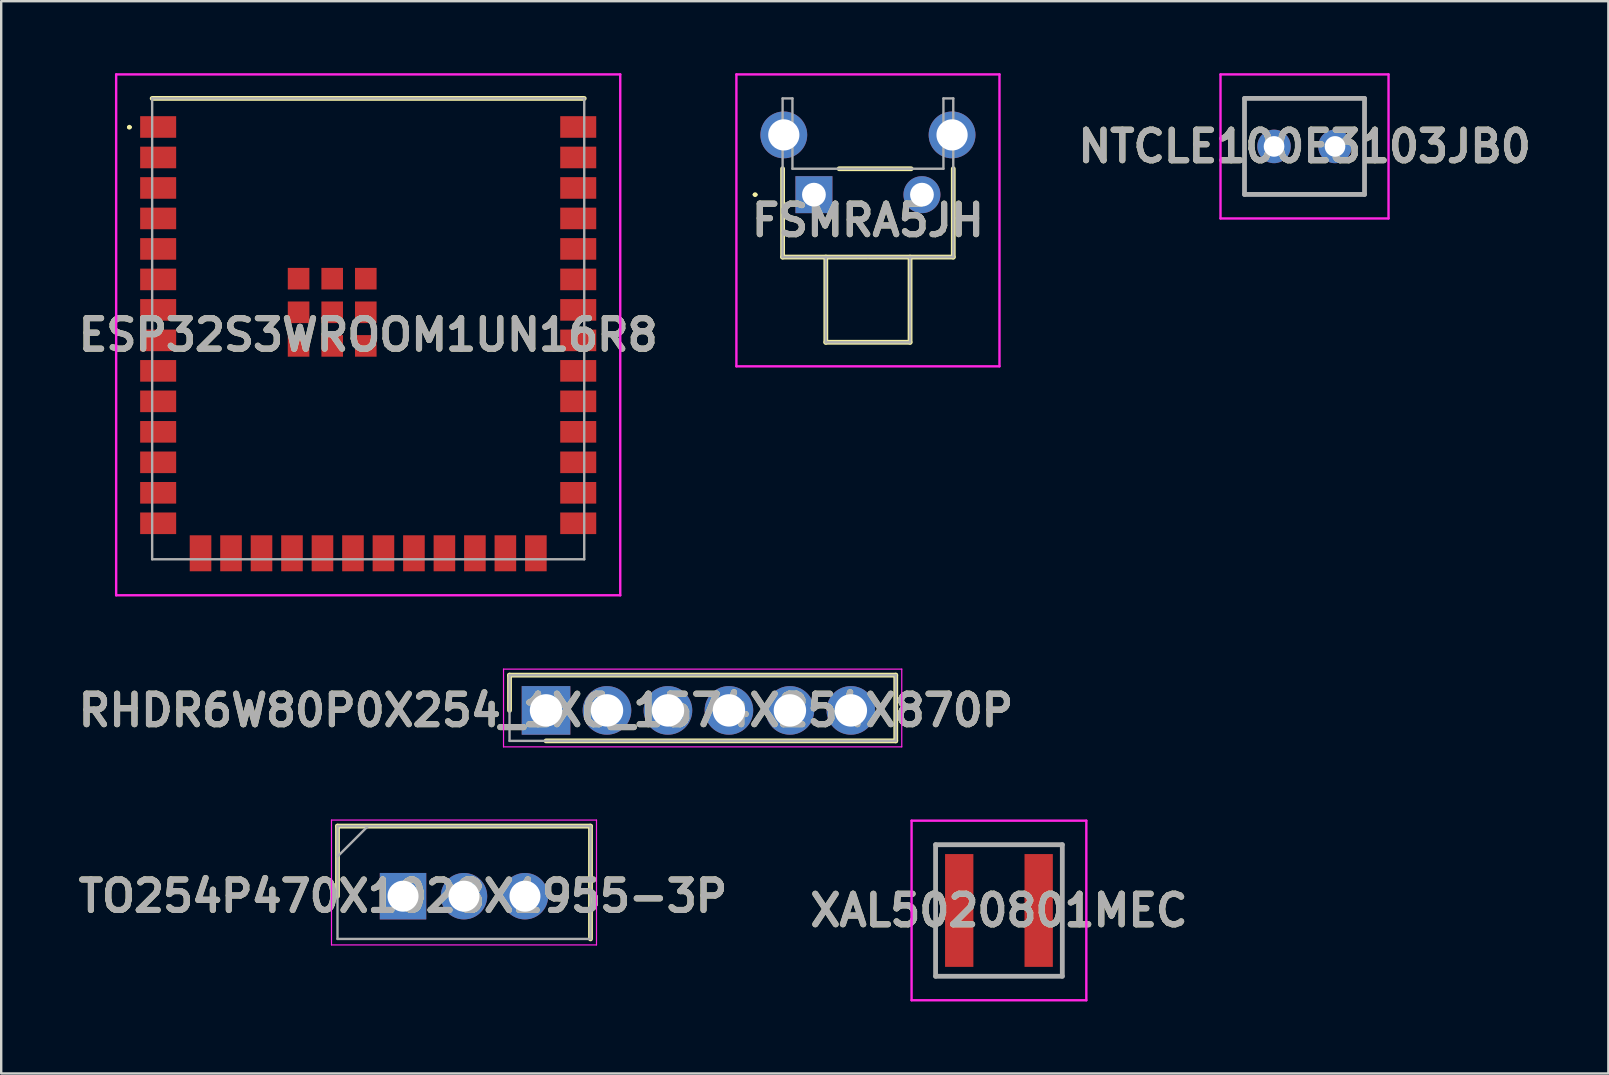
<source format=kicad_pcb>
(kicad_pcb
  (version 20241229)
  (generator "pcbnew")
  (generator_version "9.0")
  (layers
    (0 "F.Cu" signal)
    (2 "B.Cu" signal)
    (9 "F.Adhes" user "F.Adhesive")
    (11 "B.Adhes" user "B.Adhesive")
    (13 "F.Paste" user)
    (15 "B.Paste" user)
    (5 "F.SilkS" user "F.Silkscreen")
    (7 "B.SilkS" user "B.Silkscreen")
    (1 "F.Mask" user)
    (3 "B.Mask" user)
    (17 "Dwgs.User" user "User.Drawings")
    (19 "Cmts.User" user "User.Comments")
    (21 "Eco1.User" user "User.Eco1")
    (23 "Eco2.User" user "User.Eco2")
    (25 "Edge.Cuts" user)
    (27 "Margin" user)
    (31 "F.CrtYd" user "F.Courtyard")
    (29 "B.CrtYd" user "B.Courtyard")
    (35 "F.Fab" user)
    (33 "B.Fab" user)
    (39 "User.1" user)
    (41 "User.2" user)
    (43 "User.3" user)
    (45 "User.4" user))
  (footprint "FSMRA5JH"
    (layer "F.Cu")
    (at 30.858 5.06)
    (property "Reference" "FSMRA5JH" (at 2.25 1.07 0) (layer "F.SilkS") (effects (font (size 1.27 1.27) (thickness 0.254))))
    (attr through_hole)
    (fp_line (start -2.5 0) (end -2.5 0) (stroke (width 0.1) (type solid)) (layer "F.SilkS"))
    (fp_line (start -2.4 0) (end -2.4 0) (stroke (width 0.1) (type solid)) (layer "F.SilkS"))
    (fp_line (start -1.305 -1.08) (end -1.305 2.6) (stroke (width 0.2) (type solid)) (layer "F.SilkS"))
    (fp_line (start -1.305 2.6) (end 5.805 2.6) (stroke (width 0.2) (type solid)) (layer "F.SilkS"))
    (fp_line (start 0.495 2.6) (end 0.495 6.15) (stroke (width 0.2) (type solid)) (layer "F.SilkS"))
    (fp_line (start 0.495 6.15) (end 4.005 6.15) (stroke (width 0.2) (type solid)) (layer "F.SilkS"))
    (fp_line (start 1.05 -1.08) (end 4.05 -1.08) (stroke (width 0.2) (type solid)) (layer "F.SilkS"))
    (fp_line (start 4.005 6.15) (end 4.005 2.6) (stroke (width 0.2) (type solid)) (layer "F.SilkS"))
    (fp_line (start 5.805 2.6) (end 5.805 -1.08) (stroke (width 0.2) (type solid)) (layer "F.SilkS"))
    (fp_arc (start -2.5 0) (mid -2.45 -0.05) (end -2.4 0) (stroke (width 0.1) (type solid)) (layer "F.SilkS"))
    (fp_arc (start -2.4 0) (mid -2.45 0.05) (end -2.5 0) (stroke (width 0.1) (type solid)) (layer "F.SilkS"))
    (fp_line (start -3.23 -5.01) (end 7.73 -5.01) (stroke (width 0.1) (type solid)) (layer "F.CrtYd"))
    (fp_line (start -3.23 7.15) (end -3.23 -5.01) (stroke (width 0.1) (type solid)) (layer "F.CrtYd"))
    (fp_line (start 7.73 -5.01) (end 7.73 7.15) (stroke (width 0.1) (type solid)) (layer "F.CrtYd"))
    (fp_line (start 7.73 7.15) (end -3.23 7.15) (stroke (width 0.1) (type solid)) (layer "F.CrtYd"))
    (fp_line (start -1.305 -4.01) (end -1.305 2.6) (stroke (width 0.1) (type solid)) (layer "F.Fab"))
    (fp_line (start -1.305 2.6) (end 2.25 2.6) (stroke (width 0.1) (type solid)) (layer "F.Fab"))
    (fp_line (start -0.895 -4.01) (end -1.305 -4.01) (stroke (width 0.1) (type solid)) (layer "F.Fab"))
    (fp_line (start -0.895 -1.08) (end -0.895 -4.01) (stroke (width 0.1) (type solid)) (layer "F.Fab"))
    (fp_line (start 0.495 2.6) (end 0.495 6.15) (stroke (width 0.1) (type solid)) (layer "F.Fab"))
    (fp_line (start 0.495 6.15) (end 4.005 6.15) (stroke (width 0.1) (type solid)) (layer "F.Fab"))
    (fp_line (start 2.25 2.6) (end 5.805 2.6) (stroke (width 0.1) (type solid)) (layer "F.Fab"))
    (fp_line (start 4.005 6.15) (end 4.005 2.6) (stroke (width 0.1) (type solid)) (layer "F.Fab"))
    (fp_line (start 5.395 -4.01) (end 5.395 -1.08) (stroke (width 0.1) (type solid)) (layer "F.Fab"))
    (fp_line (start 5.395 -1.08) (end -0.895 -1.08) (stroke (width 0.1) (type solid)) (layer "F.Fab"))
    (fp_line (start 5.805 -4.01) (end 5.395 -4.01) (stroke (width 0.1) (type solid)) (layer "F.Fab"))
    (fp_line (start 5.805 2.6) (end 5.805 -4.01) (stroke (width 0.1) (type solid)) (layer "F.Fab"))
    (fp_text user "${REFERENCE}" (at 2.25 1.07 0) (layer "F.Fab") (effects (font (size 1.27 1.27) (thickness 0.254))))
    (pad "1" thru_hole rect (at 0 0) (size 1.54 1.54) (drill 0.99) (layers "*.Cu" "*.Mask"))
    (pad "2" thru_hole circle (at 4.5 0) (size 1.54 1.54) (drill 0.99) (layers "*.Cu" "*.Mask"))
    (pad "3" thru_hole circle (at -1.255 -2.49) (size 1.95 1.95) (drill 1.3) (layers "*.Cu" "*.Mask"))
    (pad "4" thru_hole circle (at 5.755 -2.49) (size 1.95 1.95) (drill 1.3) (layers "*.Cu" "*.Mask")))
  (footprint "XAL5020801MEC"
    (layer "F.Cu")
    (at 38.566 34.88)
    (property "Reference" "XAL5020801MEC" (at 0 0 0) (layer "F.SilkS") (effects (font (size 1.27 1.27) (thickness 0.254))))
    (attr smd)
    (fp_line (start -2.64 -2.74) (end 2.64 -2.74) (stroke (width 0.1) (type solid)) (layer "F.SilkS"))
    (fp_line (start -2.64 2.74) (end -2.64 -2.74) (stroke (width 0.1) (type solid)) (layer "F.SilkS"))
    (fp_line (start 2.64 -2.74) (end 2.64 2.74) (stroke (width 0.1) (type solid)) (layer "F.SilkS"))
    (fp_line (start 2.64 2.74) (end -2.64 2.74) (stroke (width 0.1) (type solid)) (layer "F.SilkS"))
    (fp_line (start -3.64 -3.74) (end 3.64 -3.74) (stroke (width 0.1) (type solid)) (layer "F.CrtYd"))
    (fp_line (start -3.64 3.74) (end -3.64 -3.74) (stroke (width 0.1) (type solid)) (layer "F.CrtYd"))
    (fp_line (start 3.64 -3.74) (end 3.64 3.74) (stroke (width 0.1) (type solid)) (layer "F.CrtYd"))
    (fp_line (start 3.64 3.74) (end -3.64 3.74) (stroke (width 0.1) (type solid)) (layer "F.CrtYd"))
    (fp_line (start -2.64 -2.74) (end 2.64 -2.74) (stroke (width 0.2) (type solid)) (layer "F.Fab"))
    (fp_line (start -2.64 2.74) (end -2.64 -2.74) (stroke (width 0.2) (type solid)) (layer "F.Fab"))
    (fp_line (start 2.64 -2.74) (end 2.64 2.74) (stroke (width 0.2) (type solid)) (layer "F.Fab"))
    (fp_line (start 2.64 2.74) (end -2.64 2.74) (stroke (width 0.2) (type solid)) (layer "F.Fab"))
    (fp_text user "${REFERENCE}" (at 0 0 0) (layer "F.Fab") (effects (font (size 1.27 1.27) (thickness 0.254))))
    (pad "1" smd rect (at -1.655 0) (size 1.18 4.7) (layers "F.Cu" "F.Mask" "F.Paste"))
    (pad "2" smd rect (at 1.655 0) (size 1.18 4.7) (layers "F.Cu" "F.Mask" "F.Paste")))
  (footprint "TO254P470X1028X1955-3P"
    (layer "F.Cu")
    (at 13.74 34.285)
    (property "Reference" "TO254P470X1028X1955-3P" (at 0 0 0) (layer "F.SilkS") (effects (font (size 1.27 1.27) (thickness 0.254))))
    (attr through_hole)
    (fp_line (start -2.73 -2.92) (end -2.73 0) (stroke (width 0.2) (type solid)) (layer "F.SilkS"))
    (fp_line (start 7.81 -2.92) (end -2.73 -2.92) (stroke (width 0.2) (type solid)) (layer "F.SilkS"))
    (fp_line (start 7.81 1.78) (end 7.81 -2.92) (stroke (width 0.2) (type solid)) (layer "F.SilkS"))
    (fp_line (start -2.98 -3.17) (end 8.06 -3.17) (stroke (width 0.05) (type solid)) (layer "F.CrtYd"))
    (fp_line (start -2.98 2.03) (end -2.98 -3.17) (stroke (width 0.05) (type solid)) (layer "F.CrtYd"))
    (fp_line (start 8.06 -3.17) (end 8.06 2.03) (stroke (width 0.05) (type solid)) (layer "F.CrtYd"))
    (fp_line (start 8.06 2.03) (end -2.98 2.03) (stroke (width 0.05) (type solid)) (layer "F.CrtYd"))
    (fp_line (start -2.73 -2.92) (end 7.81 -2.92) (stroke (width 0.1) (type solid)) (layer "F.Fab"))
    (fp_line (start -2.73 -1.65) (end -1.46 -2.92) (stroke (width 0.1) (type solid)) (layer "F.Fab"))
    (fp_line (start -2.73 1.78) (end -2.73 -2.92) (stroke (width 0.1) (type solid)) (layer "F.Fab"))
    (fp_line (start 7.81 -2.92) (end 7.81 1.78) (stroke (width 0.1) (type solid)) (layer "F.Fab"))
    (fp_line (start 7.81 1.78) (end -2.73 1.78) (stroke (width 0.1) (type solid)) (layer "F.Fab"))
    (fp_text user "${REFERENCE}" (at 0 0 0) (layer "F.Fab") (effects (font (size 1.27 1.27) (thickness 0.254))))
    (pad "1" thru_hole rect (at 0 0) (size 1.935 1.935) (drill 1.29) (layers "*.Cu" "*.Mask"))
    (pad "2" thru_hole circle (at 2.54 0) (size 1.935 1.935) (drill 1.29) (layers "*.Cu" "*.Mask"))
    (pad "3" thru_hole circle (at 5.08 0) (size 1.935 1.935) (drill 1.29) (layers "*.Cu" "*.Mask")))
  (footprint "NTCLE100E3103JB0"
    (layer "F.Cu")
    (at 50.026 3.05)
    (property "Reference" "NTCLE100E3103JB0" (at 1.27 0 0) (layer "F.SilkS") (effects (font (size 1.27 1.27) (thickness 0.254))))
    (attr through_hole)
    (fp_line (start -1.23 -2) (end 3.77 -2) (stroke (width 0.1) (type solid)) (layer "F.SilkS"))
    (fp_line (start -1.23 2) (end -1.23 -2) (stroke (width 0.1) (type solid)) (layer "F.SilkS"))
    (fp_line (start 3.77 -2) (end 3.77 2) (stroke (width 0.1) (type solid)) (layer "F.SilkS"))
    (fp_line (start 3.77 2) (end -1.23 2) (stroke (width 0.1) (type solid)) (layer "F.SilkS"))
    (fp_line (start -2.23 -3) (end 4.77 -3) (stroke (width 0.1) (type solid)) (layer "F.CrtYd"))
    (fp_line (start -2.23 3) (end -2.23 -3) (stroke (width 0.1) (type solid)) (layer "F.CrtYd"))
    (fp_line (start 4.77 -3) (end 4.77 3) (stroke (width 0.1) (type solid)) (layer "F.CrtYd"))
    (fp_line (start 4.77 3) (end -2.23 3) (stroke (width 0.1) (type solid)) (layer "F.CrtYd"))
    (fp_line (start -1.23 -2) (end -1.23 2) (stroke (width 0.2) (type solid)) (layer "F.Fab"))
    (fp_line (start -1.23 2) (end 3.77 2) (stroke (width 0.2) (type solid)) (layer "F.Fab"))
    (fp_line (start 3.77 -2) (end -1.23 -2) (stroke (width 0.2) (type solid)) (layer "F.Fab"))
    (fp_line (start 3.77 2) (end 3.77 -2) (stroke (width 0.2) (type solid)) (layer "F.Fab"))
    (fp_text user "${REFERENCE}" (at 1.27 0 0) (layer "F.Fab") (effects (font (size 1.27 1.27) (thickness 0.254))))
    (pad "1" thru_hole circle (at 0 0) (size 1.397 1.397) (drill 0.86) (layers "*.Cu" "*.Mask"))
    (pad "2" thru_hole circle (at 2.54 0) (size 1.397 1.397) (drill 0.86) (layers "*.Cu" "*.Mask")))
  (footprint "RHDR6W80P0X254_1X6_1574X254X870P"
    (layer "F.Cu")
    (at 19.697 26.545)
    (property "Reference" "RHDR6W80P0X254_1X6_1574X254X870P" (at 0 0 0) (layer "F.SilkS") (effects (font (size 1.27 1.27) (thickness 0.254))))
    (attr through_hole)
    (fp_line (start -1.52 -1.47) (end -1.52 0) (stroke (width 0.2) (type solid)) (layer "F.SilkS"))
    (fp_line (start 0 1.27) (end 14.57 1.27) (stroke (width 0.2) (type solid)) (layer "F.SilkS"))
    (fp_line (start 14.57 -1.47) (end -1.52 -1.47) (stroke (width 0.2) (type solid)) (layer "F.SilkS"))
    (fp_line (start 14.57 1.27) (end 14.57 -1.47) (stroke (width 0.2) (type solid)) (layer "F.SilkS"))
    (fp_line (start -1.77 -1.72) (end 14.82 -1.72) (stroke (width 0.05) (type solid)) (layer "F.CrtYd"))
    (fp_line (start -1.77 1.52) (end -1.77 -1.72) (stroke (width 0.05) (type solid)) (layer "F.CrtYd"))
    (fp_line (start 14.82 -1.72) (end 14.82 1.52) (stroke (width 0.05) (type solid)) (layer "F.CrtYd"))
    (fp_line (start 14.82 1.52) (end -1.77 1.52) (stroke (width 0.05) (type solid)) (layer "F.CrtYd"))
    (fp_line (start -1.52 -1.47) (end 14.57 -1.47) (stroke (width 0.1) (type solid)) (layer "F.Fab"))
    (fp_line (start -1.52 1.27) (end -1.52 -1.47) (stroke (width 0.1) (type solid)) (layer "F.Fab"))
    (fp_line (start 14.57 -1.47) (end 14.57 1.27) (stroke (width 0.1) (type solid)) (layer "F.Fab"))
    (fp_line (start 14.57 1.27) (end -1.52 1.27) (stroke (width 0.1) (type solid)) (layer "F.Fab"))
    (fp_text user "${REFERENCE}" (at 0 0 0) (layer "F.Fab") (effects (font (size 1.27 1.27) (thickness 0.254))))
    (pad "1" thru_hole rect (at 0 0) (size 2.025 2.025) (drill 1.35) (layers "*.Cu" "*.Mask"))
    (pad "2" thru_hole circle (at 2.54 0) (size 2.025 2.025) (drill 1.35) (layers "*.Cu" "*.Mask"))
    (pad "3" thru_hole circle (at 5.08 0) (size 2.025 2.025) (drill 1.35) (layers "*.Cu" "*.Mask"))
    (pad "4" thru_hole circle (at 7.62 0) (size 2.025 2.025) (drill 1.35) (layers "*.Cu" "*.Mask"))
    (pad "5" thru_hole circle (at 10.16 0) (size 2.025 2.025) (drill 1.35) (layers "*.Cu" "*.Mask"))
    (pad "6" thru_hole circle (at 12.7 0) (size 2.025 2.025) (drill 1.35) (layers "*.Cu" "*.Mask")))
  (footprint "ESP32S3WROOM1UN16R8"
    (layer "F.Cu")
    (at 12.289 10.65)
    (property "Reference" "ESP32S3WROOM1UN16R8" (at 0 0.25 0) (layer "F.SilkS") (effects (font (size 1.27 1.27) (thickness 0.254))))
    (attr smd)
    (fp_line (start -10 -8.4) (end -10 -8.4) (stroke (width 0.1) (type solid)) (layer "F.SilkS"))
    (fp_line (start -9.9 -8.4) (end -9.9 -8.4) (stroke (width 0.1) (type solid)) (layer "F.SilkS"))
    (fp_line (start -9 -9.6) (end 9 -9.6) (stroke (width 0.2) (type solid)) (layer "F.SilkS"))
    (fp_arc (start -10 -8.4) (mid -9.95 -8.45) (end -9.9 -8.4) (stroke (width 0.1) (type solid)) (layer "F.SilkS"))
    (fp_arc (start -9.9 -8.4) (mid -9.95 -8.35) (end -10 -8.4) (stroke (width 0.1) (type solid)) (layer "F.SilkS"))
    (fp_line (start -10.5 -10.6) (end 10.5 -10.6) (stroke (width 0.1) (type solid)) (layer "F.CrtYd"))
    (fp_line (start -10.5 11.1) (end -10.5 -10.6) (stroke (width 0.1) (type solid)) (layer "F.CrtYd"))
    (fp_line (start 10.5 -10.6) (end 10.5 11.1) (stroke (width 0.1) (type solid)) (layer "F.CrtYd"))
    (fp_line (start 10.5 11.1) (end -10.5 11.1) (stroke (width 0.1) (type solid)) (layer "F.CrtYd"))
    (fp_line (start -9 -9.6) (end 9 -9.6) (stroke (width 0.1) (type solid)) (layer "F.Fab"))
    (fp_line (start -9 9.6) (end -9 -9.6) (stroke (width 0.1) (type solid)) (layer "F.Fab"))
    (fp_line (start 9 -9.6) (end 9 9.6) (stroke (width 0.1) (type solid)) (layer "F.Fab"))
    (fp_line (start 9 9.6) (end -9 9.6) (stroke (width 0.1) (type solid)) (layer "F.Fab"))
    (fp_text user "${REFERENCE}" (at 0 0.25 0) (layer "F.Fab") (effects (font (size 1.27 1.27) (thickness 0.254))))
    (pad "1" smd rect (at -8.75 -8.41 90) (size 0.9 1.5) (layers "F.Cu" "F.Mask" "F.Paste"))
    (pad "2" smd rect (at -8.75 -7.14 90) (size 0.9 1.5) (layers "F.Cu" "F.Mask" "F.Paste"))
    (pad "3" smd rect (at -8.75 -5.87 90) (size 0.9 1.5) (layers "F.Cu" "F.Mask" "F.Paste"))
    (pad "4" smd rect (at -8.75 -4.6 90) (size 0.9 1.5) (layers "F.Cu" "F.Mask" "F.Paste"))
    (pad "5" smd rect (at -8.75 -3.33 90) (size 0.9 1.5) (layers "F.Cu" "F.Mask" "F.Paste"))
    (pad "6" smd rect (at -8.75 -2.06 90) (size 0.9 1.5) (layers "F.Cu" "F.Mask" "F.Paste"))
    (pad "7" smd rect (at -8.75 -0.79 90) (size 0.9 1.5) (layers "F.Cu" "F.Mask" "F.Paste"))
    (pad "8" smd rect (at -8.75 0.48 90) (size 0.9 1.5) (layers "F.Cu" "F.Mask" "F.Paste"))
    (pad "9" smd rect (at -8.75 1.75 90) (size 0.9 1.5) (layers "F.Cu" "F.Mask" "F.Paste"))
    (pad "10" smd rect (at -8.75 3.02 90) (size 0.9 1.5) (layers "F.Cu" "F.Mask" "F.Paste"))
    (pad "11" smd rect (at -8.75 4.29 90) (size 0.9 1.5) (layers "F.Cu" "F.Mask" "F.Paste"))
    (pad "12" smd rect (at -8.75 5.56 90) (size 0.9 1.5) (layers "F.Cu" "F.Mask" "F.Paste"))
    (pad "13" smd rect (at -8.75 6.83 90) (size 0.9 1.5) (layers "F.Cu" "F.Mask" "F.Paste"))
    (pad "14" smd rect (at -8.75 8.1 90) (size 0.9 1.5) (layers "F.Cu" "F.Mask" "F.Paste"))
    (pad "15" smd rect (at -6.985 9.35) (size 0.9 1.5) (layers "F.Cu" "F.Mask" "F.Paste"))
    (pad "16" smd rect (at -5.715 9.35) (size 0.9 1.5) (layers "F.Cu" "F.Mask" "F.Paste"))
    (pad "17" smd rect (at -4.445 9.35) (size 0.9 1.5) (layers "F.Cu" "F.Mask" "F.Paste"))
    (pad "18" smd rect (at -3.175 9.35) (size 0.9 1.5) (layers "F.Cu" "F.Mask" "F.Paste"))
    (pad "19" smd rect (at -1.905 9.35) (size 0.9 1.5) (layers "F.Cu" "F.Mask" "F.Paste"))
    (pad "20" smd rect (at -0.635 9.35) (size 0.9 1.5) (layers "F.Cu" "F.Mask" "F.Paste"))
    (pad "21" smd rect (at 0.635 9.35) (size 0.9 1.5) (layers "F.Cu" "F.Mask" "F.Paste"))
    (pad "22" smd rect (at 1.905 9.35) (size 0.9 1.5) (layers "F.Cu" "F.Mask" "F.Paste"))
    (pad "23" smd rect (at 3.175 9.35) (size 0.9 1.5) (layers "F.Cu" "F.Mask" "F.Paste"))
    (pad "24" smd rect (at 4.445 9.35) (size 0.9 1.5) (layers "F.Cu" "F.Mask" "F.Paste"))
    (pad "25" smd rect (at 5.715 9.35) (size 0.9 1.5) (layers "F.Cu" "F.Mask" "F.Paste"))
    (pad "26" smd rect (at 6.985 9.35) (size 0.9 1.5) (layers "F.Cu" "F.Mask" "F.Paste"))
    (pad "27" smd rect (at 8.75 8.1 90) (size 0.9 1.5) (layers "F.Cu" "F.Mask" "F.Paste"))
    (pad "28" smd rect (at 8.75 6.83 90) (size 0.9 1.5) (layers "F.Cu" "F.Mask" "F.Paste"))
    (pad "29" smd rect (at 8.75 5.56 90) (size 0.9 1.5) (layers "F.Cu" "F.Mask" "F.Paste"))
    (pad "30" smd rect (at 8.75 4.29 90) (size 0.9 1.5) (layers "F.Cu" "F.Mask" "F.Paste"))
    (pad "31" smd rect (at 8.75 3.02 90) (size 0.9 1.5) (layers "F.Cu" "F.Mask" "F.Paste"))
    (pad "32" smd rect (at 8.75 1.75 90) (size 0.9 1.5) (layers "F.Cu" "F.Mask" "F.Paste"))
    (pad "33" smd rect (at 8.75 0.48 90) (size 0.9 1.5) (layers "F.Cu" "F.Mask" "F.Paste"))
    (pad "34" smd rect (at 8.75 -0.79 90) (size 0.9 1.5) (layers "F.Cu" "F.Mask" "F.Paste"))
    (pad "35" smd rect (at 8.75 -2.06 90) (size 0.9 1.5) (layers "F.Cu" "F.Mask" "F.Paste"))
    (pad "36" smd rect (at 8.75 -3.33 90) (size 0.9 1.5) (layers "F.Cu" "F.Mask" "F.Paste"))
    (pad "37" smd rect (at 8.75 -4.6 90) (size 0.9 1.5) (layers "F.Cu" "F.Mask" "F.Paste"))
    (pad "38" smd rect (at 8.75 -5.87 90) (size 0.9 1.5) (layers "F.Cu" "F.Mask" "F.Paste"))
    (pad "39" smd rect (at 8.75 -7.14 90) (size 0.9 1.5) (layers "F.Cu" "F.Mask" "F.Paste"))
    (pad "40" smd rect (at 8.75 -8.41 90) (size 0.9 1.5) (layers "F.Cu" "F.Mask" "F.Paste"))
    (pad "41" smd rect (at -1.5 -0.69) (size 0.9 0.9) (layers "F.Cu" "F.Mask" "F.Paste"))
    (pad "42" smd rect (at -1.5 -2.09) (size 0.9 0.9) (layers "F.Cu" "F.Mask" "F.Paste"))
    (pad "43" smd rect (at -2.9 -2.09) (size 0.9 0.9) (layers "F.Cu" "F.Mask" "F.Paste"))
    (pad "44" smd rect (at -2.9 -0.69) (size 0.9 0.9) (layers "F.Cu" "F.Mask" "F.Paste"))
    (pad "45" smd rect (at -2.9 0.71) (size 0.9 0.9) (layers "F.Cu" "F.Mask" "F.Paste"))
    (pad "46" smd rect (at -1.5 0.71) (size 0.9 0.9) (layers "F.Cu" "F.Mask" "F.Paste"))
    (pad "47" smd rect (at -0.1 0.71) (size 0.9 0.9) (layers "F.Cu" "F.Mask" "F.Paste"))
    (pad "48" smd rect (at -0.1 -0.69) (size 0.9 0.9) (layers "F.Cu" "F.Mask" "F.Paste"))
    (pad "49" smd rect (at -0.1 -2.09) (size 0.9 0.9) (layers "F.Cu" "F.Mask" "F.Paste")))
  (gr_rect
    (start -3 -3)
    (end 63.954 41.67)
    (stroke (width 0.1) (type default))
    (fill no)
    (layer "Edge.Cuts")))
</source>
